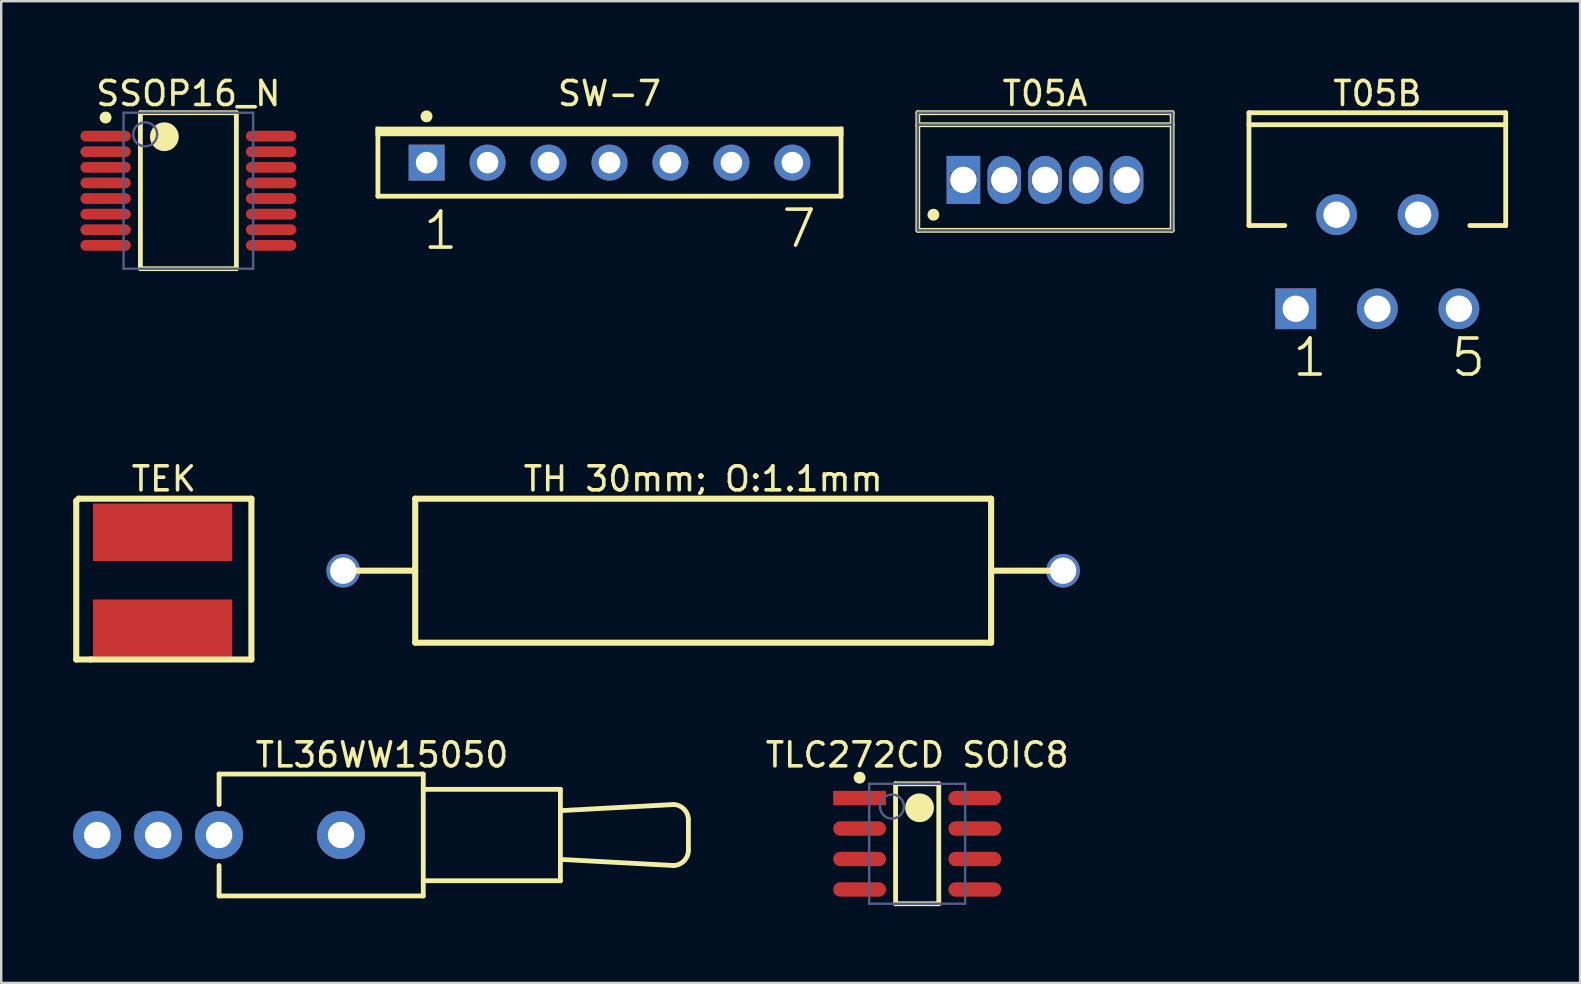
<source format=kicad_pcb>
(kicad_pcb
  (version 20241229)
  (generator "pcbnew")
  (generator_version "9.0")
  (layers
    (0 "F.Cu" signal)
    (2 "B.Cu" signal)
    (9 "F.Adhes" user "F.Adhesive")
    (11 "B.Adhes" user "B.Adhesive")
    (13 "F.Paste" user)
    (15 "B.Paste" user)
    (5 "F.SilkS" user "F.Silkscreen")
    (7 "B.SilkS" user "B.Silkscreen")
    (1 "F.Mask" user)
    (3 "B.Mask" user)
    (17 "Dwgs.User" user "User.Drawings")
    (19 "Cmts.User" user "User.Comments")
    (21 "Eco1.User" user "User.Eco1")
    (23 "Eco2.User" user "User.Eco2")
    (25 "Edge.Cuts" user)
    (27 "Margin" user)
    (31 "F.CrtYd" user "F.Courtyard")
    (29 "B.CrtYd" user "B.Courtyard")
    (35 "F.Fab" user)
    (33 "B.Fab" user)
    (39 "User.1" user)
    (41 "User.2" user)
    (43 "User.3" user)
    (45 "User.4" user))
  (footprint "TL36WW15050"
    (layer "F.Cu")
    (at 6.08 31.749)
    (property "Reference" "TL36WW15050" (at 6.789 -3.34 0) (layer "F.SilkS") (effects (font (size 1 1) (thickness 0.15))))
    (fp_line (start 0 -2.54) (end 8.509 -2.54) (stroke (width 0.2) (type solid)) (layer "F.SilkS"))
    (fp_line (start 0 -1.27) (end 0 -2.54) (stroke (width 0.2) (type solid)) (layer "F.SilkS"))
    (fp_line (start 0 2.54) (end 0 1.27) (stroke (width 0.2) (type solid)) (layer "F.SilkS"))
    (fp_line (start 0 2.54) (end 8.509 2.54) (stroke (width 0.2) (type solid)) (layer "F.SilkS"))
    (fp_line (start 8.509 -1.905) (end 14.224 -1.905) (stroke (width 0.2) (type solid)) (layer "F.SilkS"))
    (fp_line (start 8.509 1.905) (end 14.224 1.905) (stroke (width 0.2) (type solid)) (layer "F.SilkS"))
    (fp_line (start 8.509 2.54) (end 8.509 -2.54) (stroke (width 0.2) (type solid)) (layer "F.SilkS"))
    (fp_line (start 14.224 -1.016) (end 18.923 -1.27) (stroke (width 0.2) (type solid)) (layer "F.SilkS"))
    (fp_line (start 14.224 1.016) (end 18.923 1.27) (stroke (width 0.2) (type solid)) (layer "F.SilkS"))
    (fp_line (start 14.224 1.905) (end 14.224 -1.905) (stroke (width 0.2) (type solid)) (layer "F.SilkS"))
    (fp_line (start 19.558 0.635) (end 19.558 -0.635) (stroke (width 0.2) (type solid)) (layer "F.SilkS"))
    (fp_arc (start 18.923 -1.27) (mid 19.372013 -1.084013) (end 19.558 -0.635) (stroke (width 0.2) (type solid)) (layer "F.SilkS"))
    (fp_arc (start 19.558 0.635) (mid 19.372013 1.084013) (end 18.923 1.27) (stroke (width 0.2) (type solid)) (layer "F.SilkS"))
    (pad "1" thru_hole circle (at 0 0 270) (size 2 2) (drill 1.1) (layers "*.Cu" "*.Mask"))
    (pad "2" thru_hole circle (at -2.54 0 270) (size 2 2) (drill 1.1) (layers "*.Cu" "*.Mask"))
    (pad "3" thru_hole circle (at -5.08 0 270) (size 2 2) (drill 1.1) (layers "*.Cu" "*.Mask"))
    (pad "M" thru_hole circle (at 5.08 0 270) (size 2 2) (drill 1.1) (layers "*.Cu" "*.Mask"))
    (zone (net_name "") (layer "F.Cu") (hatch edge 0.5) (connect_pads) (min_thickness 0.25) (filled_areas_thickness no) (keepout (tracks not_allowed) (vias not_allowed) (pads not_allowed) (copperpour not_allowed) (footprints allowed)) (placement (enabled no)) (fill) (polygon (pts (xy 6.08 29.209) (xy 7.35 29.209) (xy 7.35 30.479) (xy 6.08 30.479))))
    (zone (net_name "") (layer "F.Cu") (hatch edge 0.5) (connect_pads) (min_thickness 0.25) (filled_areas_thickness no) (keepout (tracks not_allowed) (vias not_allowed) (pads not_allowed) (copperpour not_allowed) (footprints allowed)) (placement (enabled no)) (fill) (polygon (pts (xy 6.08 33.019) (xy 7.35 33.019) (xy 7.35 34.289) (xy 6.08 34.289))))
    (zone (net_name "") (layer "F.Cu") (hatch edge 0.5) (connect_pads) (min_thickness 0.25) (filled_areas_thickness no) (keepout (tracks not_allowed) (vias not_allowed) (pads not_allowed) (copperpour not_allowed) (footprints allowed)) (placement (enabled no)) (fill) (polygon (pts (xy 7.35 29.209) (xy 14.589 29.209) (xy 14.589 34.289) (xy 7.35 34.289)))))
  (footprint "TLC272CD SOIC8"
    (layer "F.Cu")
    (at 35.173 32.114)
    (property "Reference" "TLC272CD SOIC8" (at 0 -3.705 0) (layer "F.SilkS") (effects (font (size 1 1) (thickness 0.15))))
    (fp_line (start -0.9 -2.5) (end 0.9 -2.5) (stroke (width 0.2) (type solid)) (layer "F.SilkS"))
    (fp_line (start -0.9 2.5) (end -0.9 -2.5) (stroke (width 0.2) (type solid)) (layer "F.SilkS"))
    (fp_line (start -0.9 2.5) (end 0.9 2.5) (stroke (width 0.2) (type solid)) (layer "F.SilkS"))
    (fp_line (start 0.9 2.5) (end 0.9 -2.5) (stroke (width 0.2) (type solid)) (layer "F.SilkS"))
    (fp_circle (center -2.4 -2.755) (end -2.4 -2.88) (stroke (width 0.25) (type solid)) (fill no) (layer "F.SilkS"))
    (fp_circle (center 0.1 -1.5) (end 0.1 -1.8) (stroke (width 0.6) (type solid)) (fill no) (layer "F.SilkS"))
    (fp_line (start -3.75 -2.75) (end 3.75 -2.75) (stroke (width 0.1) (type solid)) (layer "Eco2.User"))
    (fp_line (start -3.75 2.75) (end -3.75 -2.75) (stroke (width 0.1) (type solid)) (layer "Eco2.User"))
    (fp_line (start -3.75 2.75) (end 3.75 2.75) (stroke (width 0.1) (type solid)) (layer "Eco2.User"))
    (fp_line (start -0.5 0) (end 0.5 0) (stroke (width 0.1) (type solid)) (layer "Eco2.User"))
    (fp_line (start 0 0.5) (end 0 -0.5) (stroke (width 0.1) (type solid)) (layer "Eco2.User"))
    (fp_line (start 3.75 2.75) (end 3.75 -2.75) (stroke (width 0.1) (type solid)) (layer "Eco2.User"))
    (fp_line (start -2 -2.5) (end 2 -2.5) (stroke (width 0.1) (type solid)) (layer "B.Fab"))
    (fp_line (start -2 2.5) (end -2 -2.5) (stroke (width 0.1) (type solid)) (layer "B.Fab"))
    (fp_line (start -2 2.5) (end 2 2.5) (stroke (width 0.1) (type solid)) (layer "B.Fab"))
    (fp_line (start 2 2.5) (end 2 -2.5) (stroke (width 0.1) (type solid)) (layer "B.Fab"))
    (fp_circle (center -1.05 -1.55) (end -1.05 -2.05) (stroke (width 0.1) (type solid)) (fill no) (layer "B.Fab"))
    (pad "1" smd rect (at -2.4 -1.905 90) (size 0.6 2.2) (layers "F.Cu" "F.Mask" "F.Paste"))
    (pad "2" smd oval (at -2.4 -0.635 90) (size 0.6 2.2) (layers "F.Cu" "F.Mask" "F.Paste"))
    (pad "3" smd oval (at -2.4 0.635 90) (size 0.6 2.2) (layers "F.Cu" "F.Mask" "F.Paste"))
    (pad "4" smd oval (at -2.4 1.905 90) (size 0.6 2.2) (layers "F.Cu" "F.Mask" "F.Paste"))
    (pad "5" smd oval (at 2.4 1.905 90) (size 0.6 2.2) (layers "F.Cu" "F.Mask" "F.Paste"))
    (pad "6" smd oval (at 2.4 0.635 90) (size 0.6 2.2) (layers "F.Cu" "F.Mask" "F.Paste"))
    (pad "7" smd oval (at 2.4 -0.635 90) (size 0.6 2.2) (layers "F.Cu" "F.Mask" "F.Paste"))
    (pad "8" smd oval (at 2.4 -1.905 90) (size 0.6 2.2) (layers "F.Cu" "F.Mask" "F.Paste")))
  (footprint "T05B"
    (layer "F.Cu")
    (at 54.35 7.858)
    (property "Reference" "T05B" (at 0 -7.01 0) (layer "F.SilkS") (effects (font (size 1 1) (thickness 0.15))))
    (fp_line (start -5.35 -6.21) (end 5.35 -6.21) (stroke (width 0.2) (type solid)) (layer "F.SilkS"))
    (fp_line (start -5.35 -5.71) (end 5.35 -5.71) (stroke (width 0.2) (type solid)) (layer "F.SilkS"))
    (fp_line (start -5.35 -1.51) (end -5.35 -6.21) (stroke (width 0.2) (type solid)) (layer "F.SilkS"))
    (fp_line (start -5.35 -1.51) (end -3.854 -1.51) (stroke (width 0.2) (type solid)) (layer "F.SilkS"))
    (fp_line (start 3.854 -1.51) (end 5.35 -1.51) (stroke (width 0.2) (type solid)) (layer "F.SilkS"))
    (fp_line (start 5.35 -1.51) (end 5.35 -6.21) (stroke (width 0.2) (type solid)) (layer "F.SilkS"))
    (fp_text user "1" (at -3.62 4.869 0) (unlocked yes) (layer "F.SilkS") (effects (font (size 1.5 1.5) (thickness 0.15)) (justify left bottom)))
    (fp_text user "5" (at 2.98 4.869 0) (unlocked yes) (layer "F.SilkS") (effects (font (size 1.5 1.5) (thickness 0.15)) (justify left bottom)))
    (pad "1" thru_hole rect (at -3.4 1.96) (size 1.7 1.7) (drill 1.1) (layers "*.Cu" "*.Mask"))
    (pad "2" thru_hole circle (at -1.7 -1.96) (size 1.7 1.7) (drill 1.1) (layers "*.Cu" "*.Mask"))
    (pad "3" thru_hole circle (at 0 1.96) (size 1.7 1.7) (drill 1.1) (layers "*.Cu" "*.Mask"))
    (pad "4" thru_hole circle (at 1.7 -1.96) (size 1.7 1.7) (drill 1.1) (layers "*.Cu" "*.Mask"))
    (pad "5" thru_hole circle (at 3.4 1.96) (size 1.7 1.7) (drill 1.1) (layers "*.Cu" "*.Mask")))
  (footprint "SW-7"
    (layer "F.Cu")
    (at 22.35 3.727)
    (property "Reference" "SW-7" (at 0 -2.879 0) (layer "F.SilkS") (effects (font (size 1 1) (thickness 0.15))))
    (fp_line (start -9.65 1.4) (end -9.65 -1.4) (stroke (width 0.2) (type solid)) (layer "F.SilkS"))
    (fp_line (start -9.65 1.4) (end 9.65 1.4) (stroke (width 0.2) (type solid)) (layer "F.SilkS"))
    (fp_line (start 9.65 1.4) (end 9.65 -1.4) (stroke (width 0.2) (type solid)) (layer "F.SilkS"))
    (fp_rect (start -9.75 -1.1) (end 9.75 -1.5) (stroke (width 0) (type default)) (fill yes) (layer "F.SilkS"))
    (fp_circle (center -7.625 -1.929) (end -7.625 -2.054) (stroke (width 0.25) (type solid)) (fill no) (layer "F.SilkS"))
    (fp_text user "1" (at -7.851 3.71 0) (unlocked yes) (layer "F.SilkS") (effects (font (size 1.5 1.5) (thickness 0.15)) (justify left bottom)))
    (fp_text user "7" (at 7.084 3.629 0) (unlocked yes) (layer "F.SilkS") (effects (font (size 1.5 1.5) (thickness 0.15)) (justify left bottom)))
    (pad "1" thru_hole rect (at -7.62 0) (size 1.5 1.5) (drill 0.9) (layers "*.Cu" "*.Mask"))
    (pad "2" thru_hole circle (at -5.08 0) (size 1.5 1.5) (drill 0.9) (layers "*.Cu" "*.Mask"))
    (pad "3" thru_hole circle (at -2.54 0) (size 1.5 1.5) (drill 0.9) (layers "*.Cu" "*.Mask"))
    (pad "4" thru_hole circle (at 0 0) (size 1.5 1.5) (drill 0.9) (layers "*.Cu" "*.Mask"))
    (pad "5" thru_hole circle (at 2.54 0) (size 1.5 1.5) (drill 0.9) (layers "*.Cu" "*.Mask"))
    (pad "6" thru_hole circle (at 5.08 0) (size 1.5 1.5) (drill 0.9) (layers "*.Cu" "*.Mask"))
    (pad "7" thru_hole circle (at 7.62 0) (size 1.5 1.5) (drill 0.9) (layers "*.Cu" "*.Mask")))
  (footprint "T05A"
    (layer "F.Cu")
    (at 40.5 4.448)
    (property "Reference" "T05A" (at 0 -3.6 0) (layer "F.SilkS") (effects (font (size 1 1) (thickness 0.15))))
    (fp_line (start -5.3 -2.8) (end 5.3 -2.8) (stroke (width 0.2) (type solid)) (layer "F.SilkS"))
    (fp_line (start -5.3 -2.3) (end 5.3 -2.3) (stroke (width 0.2) (type solid)) (layer "F.SilkS"))
    (fp_line (start -5.3 2.1) (end -5.3 -2.8) (stroke (width 0.2) (type solid)) (layer "F.SilkS"))
    (fp_line (start -5.3 2.1) (end 5.3 2.1) (stroke (width 0.2) (type solid)) (layer "F.SilkS"))
    (fp_line (start 5.3 2.1) (end 5.3 -2.8) (stroke (width 0.2) (type solid)) (layer "F.SilkS"))
    (fp_circle (center -4.65 1.45) (end -4.65 1.325) (stroke (width 0.25) (type solid)) (fill no) (layer "F.SilkS"))
    (fp_line (start -0.5 0) (end 0.5 0) (stroke (width 0.1) (type solid)) (layer "Eco2.User"))
    (fp_line (start 0 0.5) (end 0 -0.5) (stroke (width 0.1) (type solid)) (layer "Eco2.User"))
    (fp_line (start -5.3 -2.8) (end 5.3 -2.8) (stroke (width 0.1) (type solid)) (layer "B.Fab"))
    (fp_line (start -5.3 -2.3) (end 5.3 -2.3) (stroke (width 0.1) (type solid)) (layer "B.Fab"))
    (fp_line (start -5.3 2.1) (end -5.3 -2.8) (stroke (width 0.1) (type solid)) (layer "B.Fab"))
    (fp_line (start -5.3 2.1) (end 5.3 2.1) (stroke (width 0.1) (type solid)) (layer "B.Fab"))
    (fp_line (start -3.91 -0.28) (end -2.89 -0.28) (stroke (width 0.1) (type solid)) (layer "B.Fab"))
    (fp_line (start -3.91 0.28) (end -3.91 -0.28) (stroke (width 0.1) (type solid)) (layer "B.Fab"))
    (fp_line (start -3.91 0.28) (end -2.89 0.28) (stroke (width 0.1) (type solid)) (layer "B.Fab"))
    (fp_line (start -2.89 0.28) (end -2.89 -0.28) (stroke (width 0.1) (type solid)) (layer "B.Fab"))
    (fp_line (start -2.21 -0.28) (end -1.19 -0.28) (stroke (width 0.1) (type solid)) (layer "B.Fab"))
    (fp_line (start -2.21 0.28) (end -2.21 -0.28) (stroke (width 0.1) (type solid)) (layer "B.Fab"))
    (fp_line (start -2.21 0.28) (end -1.19 0.28) (stroke (width 0.1) (type solid)) (layer "B.Fab"))
    (fp_line (start -1.19 0.28) (end -1.19 -0.28) (stroke (width 0.1) (type solid)) (layer "B.Fab"))
    (fp_line (start -0.51 -0.28) (end 0.51 -0.28) (stroke (width 0.1) (type solid)) (layer "B.Fab"))
    (fp_line (start -0.51 0.28) (end -0.51 -0.28) (stroke (width 0.1) (type solid)) (layer "B.Fab"))
    (fp_line (start -0.51 0.28) (end 0.51 0.28) (stroke (width 0.1) (type solid)) (layer "B.Fab"))
    (fp_line (start 0.51 0.28) (end 0.51 -0.28) (stroke (width 0.1) (type solid)) (layer "B.Fab"))
    (fp_line (start 1.19 -0.28) (end 2.21 -0.28) (stroke (width 0.1) (type solid)) (layer "B.Fab"))
    (fp_line (start 1.19 0.28) (end 1.19 -0.28) (stroke (width 0.1) (type solid)) (layer "B.Fab"))
    (fp_line (start 1.19 0.28) (end 2.21 0.28) (stroke (width 0.1) (type solid)) (layer "B.Fab"))
    (fp_line (start 2.21 0.28) (end 2.21 -0.28) (stroke (width 0.1) (type solid)) (layer "B.Fab"))
    (fp_line (start 2.89 -0.28) (end 3.91 -0.28) (stroke (width 0.1) (type solid)) (layer "B.Fab"))
    (fp_line (start 2.89 0.28) (end 2.89 -0.28) (stroke (width 0.1) (type solid)) (layer "B.Fab"))
    (fp_line (start 2.89 0.28) (end 3.91 0.28) (stroke (width 0.1) (type solid)) (layer "B.Fab"))
    (fp_line (start 3.91 0.28) (end 3.91 -0.28) (stroke (width 0.1) (type solid)) (layer "B.Fab"))
    (fp_line (start 5.3 2.1) (end 5.3 -2.8) (stroke (width 0.1) (type solid)) (layer "B.Fab"))
    (pad "1" thru_hole rect (at -3.4 0) (size 1.4 2) (drill 1.1) (layers "*.Cu" "*.Mask"))
    (pad "2" thru_hole oval (at -1.7 0) (size 1.4 2) (drill 1.1) (layers "*.Cu" "*.Mask"))
    (pad "3" thru_hole oval (at 0 0) (size 1.4 2) (drill 1.1) (layers "*.Cu" "*.Mask"))
    (pad "4" thru_hole oval (at 1.7 0) (size 1.4 2) (drill 1.1) (layers "*.Cu" "*.Mask"))
    (pad "5" thru_hole oval (at 3.4 0) (size 1.4 2) (drill 1.1) (layers "*.Cu" "*.Mask")))
  (footprint "SSOP16_N"
    (layer "F.Cu")
    (at 4.8 4.898)
    (property "Reference" "SSOP16_N" (at 0 -4.05 0) (layer "F.SilkS") (effects (font (size 1 1) (thickness 0.15))))
    (fp_line (start -2 -3.25) (end 2 -3.25) (stroke (width 0.2) (type solid)) (layer "F.SilkS"))
    (fp_line (start -2 3.25) (end -2 -3.25) (stroke (width 0.2) (type solid)) (layer "F.SilkS"))
    (fp_line (start -2 3.25) (end 2 3.25) (stroke (width 0.2) (type solid)) (layer "F.SilkS"))
    (fp_line (start 2 3.25) (end 2 -3.25) (stroke (width 0.2) (type solid)) (layer "F.SilkS"))
    (fp_circle (center -3.45 -3.05) (end -3.45 -3.175) (stroke (width 0.25) (type solid)) (fill no) (layer "F.SilkS"))
    (fp_circle (center -1 -2.25) (end -1 -2.55) (stroke (width 0.6) (type solid)) (fill no) (layer "F.SilkS"))
    (fp_line (start -4.75 -3.5) (end 4.75 -3.5) (stroke (width 0.1) (type solid)) (layer "Eco2.User"))
    (fp_line (start -4.75 3.5) (end -4.75 -3.5) (stroke (width 0.1) (type solid)) (layer "Eco2.User"))
    (fp_line (start -4.75 3.5) (end 4.75 3.5) (stroke (width 0.1) (type solid)) (layer "Eco2.User"))
    (fp_line (start -0.5 0) (end 0.5 0) (stroke (width 0.1) (type solid)) (layer "Eco2.User"))
    (fp_line (start 0 0.5) (end 0 -0.5) (stroke (width 0.1) (type solid)) (layer "Eco2.User"))
    (fp_line (start 4.75 3.5) (end 4.75 -3.5) (stroke (width 0.1) (type solid)) (layer "Eco2.User"))
    (fp_line (start -2.7 -3.25) (end 2.7 -3.25) (stroke (width 0.1) (type solid)) (layer "B.Fab"))
    (fp_line (start -2.7 3.25) (end -2.7 -3.25) (stroke (width 0.1) (type solid)) (layer "B.Fab"))
    (fp_line (start -2.7 3.25) (end 2.7 3.25) (stroke (width 0.1) (type solid)) (layer "B.Fab"))
    (fp_line (start 2.7 3.25) (end 2.7 -3.25) (stroke (width 0.1) (type solid)) (layer "B.Fab"))
    (fp_circle (center -1.8 -2.35) (end -1.8 -2.85) (stroke (width 0.1) (type solid)) (fill no) (layer "B.Fab"))
    (pad "1" smd oval (at -3.45 -2.275 90) (size 0.45 2.1) (layers "F.Cu" "F.Mask" "F.Paste"))
    (pad "2" smd oval (at -3.45 -1.625 90) (size 0.45 2.1) (layers "F.Cu" "F.Mask" "F.Paste"))
    (pad "3" smd oval (at -3.45 -0.975 90) (size 0.45 2.1) (layers "F.Cu" "F.Mask" "F.Paste"))
    (pad "4" smd oval (at -3.45 -0.325 90) (size 0.45 2.1) (layers "F.Cu" "F.Mask" "F.Paste"))
    (pad "5" smd oval (at -3.45 0.325 90) (size 0.45 2.1) (layers "F.Cu" "F.Mask" "F.Paste"))
    (pad "6" smd oval (at -3.45 0.975 90) (size 0.45 2.1) (layers "F.Cu" "F.Mask" "F.Paste"))
    (pad "7" smd oval (at -3.45 1.625 90) (size 0.45 2.1) (layers "F.Cu" "F.Mask" "F.Paste"))
    (pad "8" smd oval (at -3.45 2.275 90) (size 0.45 2.1) (layers "F.Cu" "F.Mask" "F.Paste"))
    (pad "9" smd oval (at 3.45 2.275 90) (size 0.45 2.1) (layers "F.Cu" "F.Mask" "F.Paste"))
    (pad "10" smd oval (at 3.45 1.625 90) (size 0.45 2.1) (layers "F.Cu" "F.Mask" "F.Paste"))
    (pad "11" smd oval (at 3.45 0.975 90) (size 0.45 2.1) (layers "F.Cu" "F.Mask" "F.Paste"))
    (pad "12" smd oval (at 3.45 0.325 90) (size 0.45 2.1) (layers "F.Cu" "F.Mask" "F.Paste"))
    (pad "13" smd oval (at 3.45 -0.325 90) (size 0.45 2.1) (layers "F.Cu" "F.Mask" "F.Paste"))
    (pad "14" smd oval (at 3.45 -0.975 90) (size 0.45 2.1) (layers "F.Cu" "F.Mask" "F.Paste"))
    (pad "15" smd oval (at 3.45 -1.625 90) (size 0.45 2.1) (layers "F.Cu" "F.Mask" "F.Paste"))
    (pad "16" smd oval (at 3.45 -2.275 90) (size 0.45 2.1) (layers "F.Cu" "F.Mask" "F.Paste")))
  (footprint "TH 30mm; O{colon}1.1mm"
    (layer "F.Cu")
    (at 11.254 20.734)
    (property "Reference" "TH 30mm; O{colon}1.1mm" (at 15 -3.827 0) (layer "F.SilkS") (effects (font (size 1 1) (thickness 0.15))))
    (fp_line (start 0 0) (end 3 0) (stroke (width 0.254) (type solid)) (layer "F.SilkS"))
    (fp_line (start 3 -3) (end 27 -3) (stroke (width 0.254) (type solid)) (layer "F.SilkS"))
    (fp_line (start 3 3) (end 3 -3) (stroke (width 0.254) (type solid)) (layer "F.SilkS"))
    (fp_line (start 3 3) (end 27 3) (stroke (width 0.254) (type solid)) (layer "F.SilkS"))
    (fp_line (start 27 0) (end 30 0) (stroke (width 0.254) (type solid)) (layer "F.SilkS"))
    (fp_line (start 27 3) (end 27 -3) (stroke (width 0.254) (type solid)) (layer "F.SilkS"))
    (pad "1" thru_hole circle (at 0 0) (size 1.4 1.4) (drill 1.1) (layers "*.Cu" "*.Mask"))
    (pad "2" thru_hole circle (at 30 0) (size 1.4 1.4) (drill 1.1) (layers "*.Cu" "*.Mask")))
  (footprint "TEK"
    (layer "F.Cu")
    (at 3.727 23.134)
    (property "Reference" "TEK" (at 0.05 -6.227 0) (layer "F.SilkS") (effects (font (size 1 1) (thickness 0.15))))
    (fp_line (start -3.6 -5.3) (end -3.5 -5.4) (stroke (width 0.254) (type solid)) (layer "F.SilkS"))
    (fp_line (start -3.6 1.3) (end -3.6 -5.3) (stroke (width 0.254) (type solid)) (layer "F.SilkS"))
    (fp_line (start -3.6 1.3) (end -3 1.3) (stroke (width 0.254) (type solid)) (layer "F.SilkS"))
    (fp_line (start -3.5 -5.4) (end 3.7 -5.4) (stroke (width 0.254) (type solid)) (layer "F.SilkS"))
    (fp_line (start -3 1.3) (end 3.7 1.3) (stroke (width 0.254) (type solid)) (layer "F.SilkS"))
    (fp_line (start 3.7 1.3) (end 3.7 -5.4) (stroke (width 0.254) (type solid)) (layer "F.SilkS"))
    (pad "1" smd rect (at 0 0) (size 5.8 2.4) (layers "F.Cu" "F.Mask" "F.Paste"))
    (pad "2" smd rect (at 0 -4) (size 5.8 2.4) (layers "F.Cu" "F.Mask" "F.Paste")))
  (gr_rect
    (start -3 -3)
    (end 62.8 37.914)
    (stroke (width 0.1) (type default))
    (fill no)
    (layer "Edge.Cuts")))
</source>
